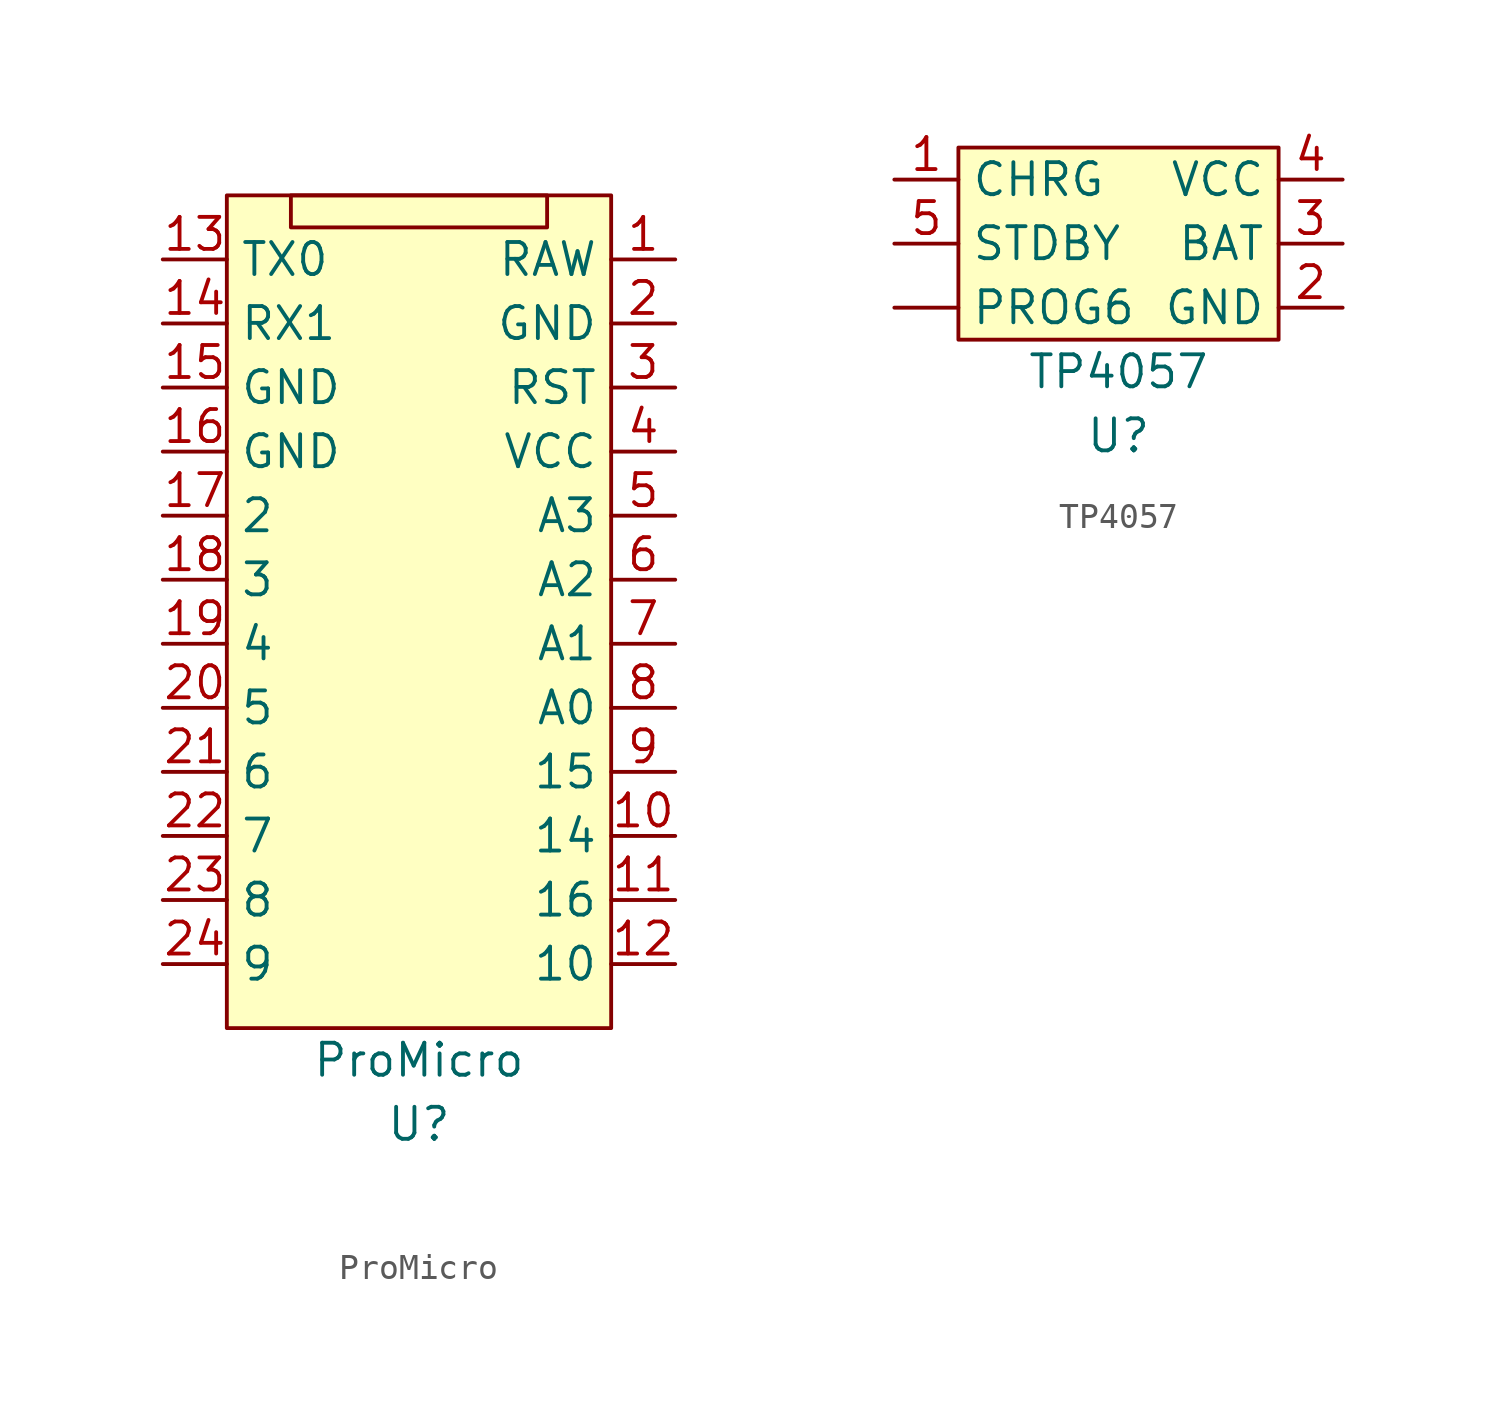
<source format=kicad_sym>
(kicad_symbol_lib
  (version 20211014)
  (generator kicad_symbol_editor)
  (symbol "ProMicro"
    (property "Reference" "U"
      (at 0 -20.32 0)
      (effects (font (size 1.27 1.27))))
    (property "Value" "ProMicro"
      (at 0 -17.78 0)
      (effects (font (size 1.27 1.27))))
    (symbol "ProMicro_0_1"
      (rectangle (start -7.62 16.51) (end 7.62 -16.51) (stroke (width 0) (type default) (color 0 0 0 0)) (fill (type background)))
      (rectangle (start -5.08 16.51) (end 5.08 15.24) (stroke (width 0) (type default) (color 0 0 0 0)) (fill (type none))))
    (symbol "ProMicro_1_1"
      (pin input line (at 10.16 13.97 180) (length 2.54) (name "RAW" (effects (font (size 1.27 1.27)))) (number "1" (effects (font (size 1.27 1.27)))))
      (pin input line (at 10.16 -8.89 180) (length 2.54) (name "14" (effects (font (size 1.27 1.27)))) (number "10" (effects (font (size 1.27 1.27)))))
      (pin input line (at 10.16 -11.43 180) (length 2.54) (name "16" (effects (font (size 1.27 1.27)))) (number "11" (effects (font (size 1.27 1.27)))))
      (pin input line (at 10.16 -13.97 180) (length 2.54) (name "10" (effects (font (size 1.27 1.27)))) (number "12" (effects (font (size 1.27 1.27)))))
      (pin input line (at -10.16 13.97 0) (length 2.54) (name "TX0" (effects (font (size 1.27 1.27)))) (number "13" (effects (font (size 1.27 1.27)))))
      (pin input line (at -10.16 11.43 0) (length 2.54) (name "RX1" (effects (font (size 1.27 1.27)))) (number "14" (effects (font (size 1.27 1.27)))))
      (pin input line (at -10.16 8.89 0) (length 2.54) (name "GND" (effects (font (size 1.27 1.27)))) (number "15" (effects (font (size 1.27 1.27)))))
      (pin input line (at -10.16 6.35 0) (length 2.54) (name "GND" (effects (font (size 1.27 1.27)))) (number "16" (effects (font (size 1.27 1.27)))))
      (pin input line (at -10.16 3.81 0) (length 2.54) (name "2" (effects (font (size 1.27 1.27)))) (number "17" (effects (font (size 1.27 1.27)))))
      (pin input line (at -10.16 1.27 0) (length 2.54) (name "3" (effects (font (size 1.27 1.27)))) (number "18" (effects (font (size 1.27 1.27)))))
      (pin input line (at -10.16 -1.27 0) (length 2.54) (name "4" (effects (font (size 1.27 1.27)))) (number "19" (effects (font (size 1.27 1.27)))))
      (pin input line (at 10.16 11.43 180) (length 2.54) (name "GND" (effects (font (size 1.27 1.27)))) (number "2" (effects (font (size 1.27 1.27)))))
      (pin input line (at -10.16 -3.81 0) (length 2.54) (name "5" (effects (font (size 1.27 1.27)))) (number "20" (effects (font (size 1.27 1.27)))))
      (pin input line (at -10.16 -6.35 0) (length 2.54) (name "6" (effects (font (size 1.27 1.27)))) (number "21" (effects (font (size 1.27 1.27)))))
      (pin input line (at -10.16 -8.89 0) (length 2.54) (name "7" (effects (font (size 1.27 1.27)))) (number "22" (effects (font (size 1.27 1.27)))))
      (pin input line (at -10.16 -11.43 0) (length 2.54) (name "8" (effects (font (size 1.27 1.27)))) (number "23" (effects (font (size 1.27 1.27)))))
      (pin input line (at -10.16 -13.97 0) (length 2.54) (name "9" (effects (font (size 1.27 1.27)))) (number "24" (effects (font (size 1.27 1.27)))))
      (pin input line (at 10.16 8.89 180) (length 2.54) (name "RST" (effects (font (size 1.27 1.27)))) (number "3" (effects (font (size 1.27 1.27)))))
      (pin input line (at 10.16 6.35 180) (length 2.54) (name "VCC" (effects (font (size 1.27 1.27)))) (number "4" (effects (font (size 1.27 1.27)))))
      (pin input line (at 10.16 3.81 180) (length 2.54) (name "A3" (effects (font (size 1.27 1.27)))) (number "5" (effects (font (size 1.27 1.27)))))
      (pin input line (at 10.16 1.27 180) (length 2.54) (name "A2" (effects (font (size 1.27 1.27)))) (number "6" (effects (font (size 1.27 1.27)))))
      (pin input line (at 10.16 -1.27 180) (length 2.54) (name "A1" (effects (font (size 1.27 1.27)))) (number "7" (effects (font (size 1.27 1.27)))))
      (pin input line (at 10.16 -3.81 180) (length 2.54) (name "A0" (effects (font (size 1.27 1.27)))) (number "8" (effects (font (size 1.27 1.27)))))
      (pin input line (at 10.16 -6.35 180) (length 2.54) (name "15" (effects (font (size 1.27 1.27)))) (number "9" (effects (font (size 1.27 1.27)))))))
  (symbol "TP4057"
    (property "Reference" "U"
      (at 0 -7.62 0)
      (effects (font (size 1.27 1.27))))
    (property "Value" "TP4057"
      (at 0 -5.08 0)
      (effects (font (size 1.27 1.27))))
    (symbol "TP4057_0_1"
      (rectangle (start -6.35 3.81) (end 6.35 -3.81) (stroke (width 0) (type default) (color 0 0 0 0)) (fill (type background))))
    (symbol "TP4057_1_1"
      (pin input line (at -8.89 -2.54 0) (length 2.54) (name "PROG6" (effects (font (size 1.27 1.27)))) (number "" (effects (font (size 1.27 1.27)))))
      (pin input line (at -8.89 2.54 0) (length 2.54) (name "CHRG" (effects (font (size 1.27 1.27)))) (number "1" (effects (font (size 1.27 1.27)))))
      (pin input line (at 8.89 -2.54 180) (length 2.54) (name "GND" (effects (font (size 1.27 1.27)))) (number "2" (effects (font (size 1.27 1.27)))))
      (pin input line (at 8.89 0 180) (length 2.54) (name "BAT" (effects (font (size 1.27 1.27)))) (number "3" (effects (font (size 1.27 1.27)))))
      (pin input line (at 8.89 2.54 180) (length 2.54) (name "VCC" (effects (font (size 1.27 1.27)))) (number "4" (effects (font (size 1.27 1.27)))))
      (pin input line (at -8.89 0 0) (length 2.54) (name "STDBY" (effects (font (size 1.27 1.27)))) (number "5" (effects (font (size 1.27 1.27))))))))
</source>
